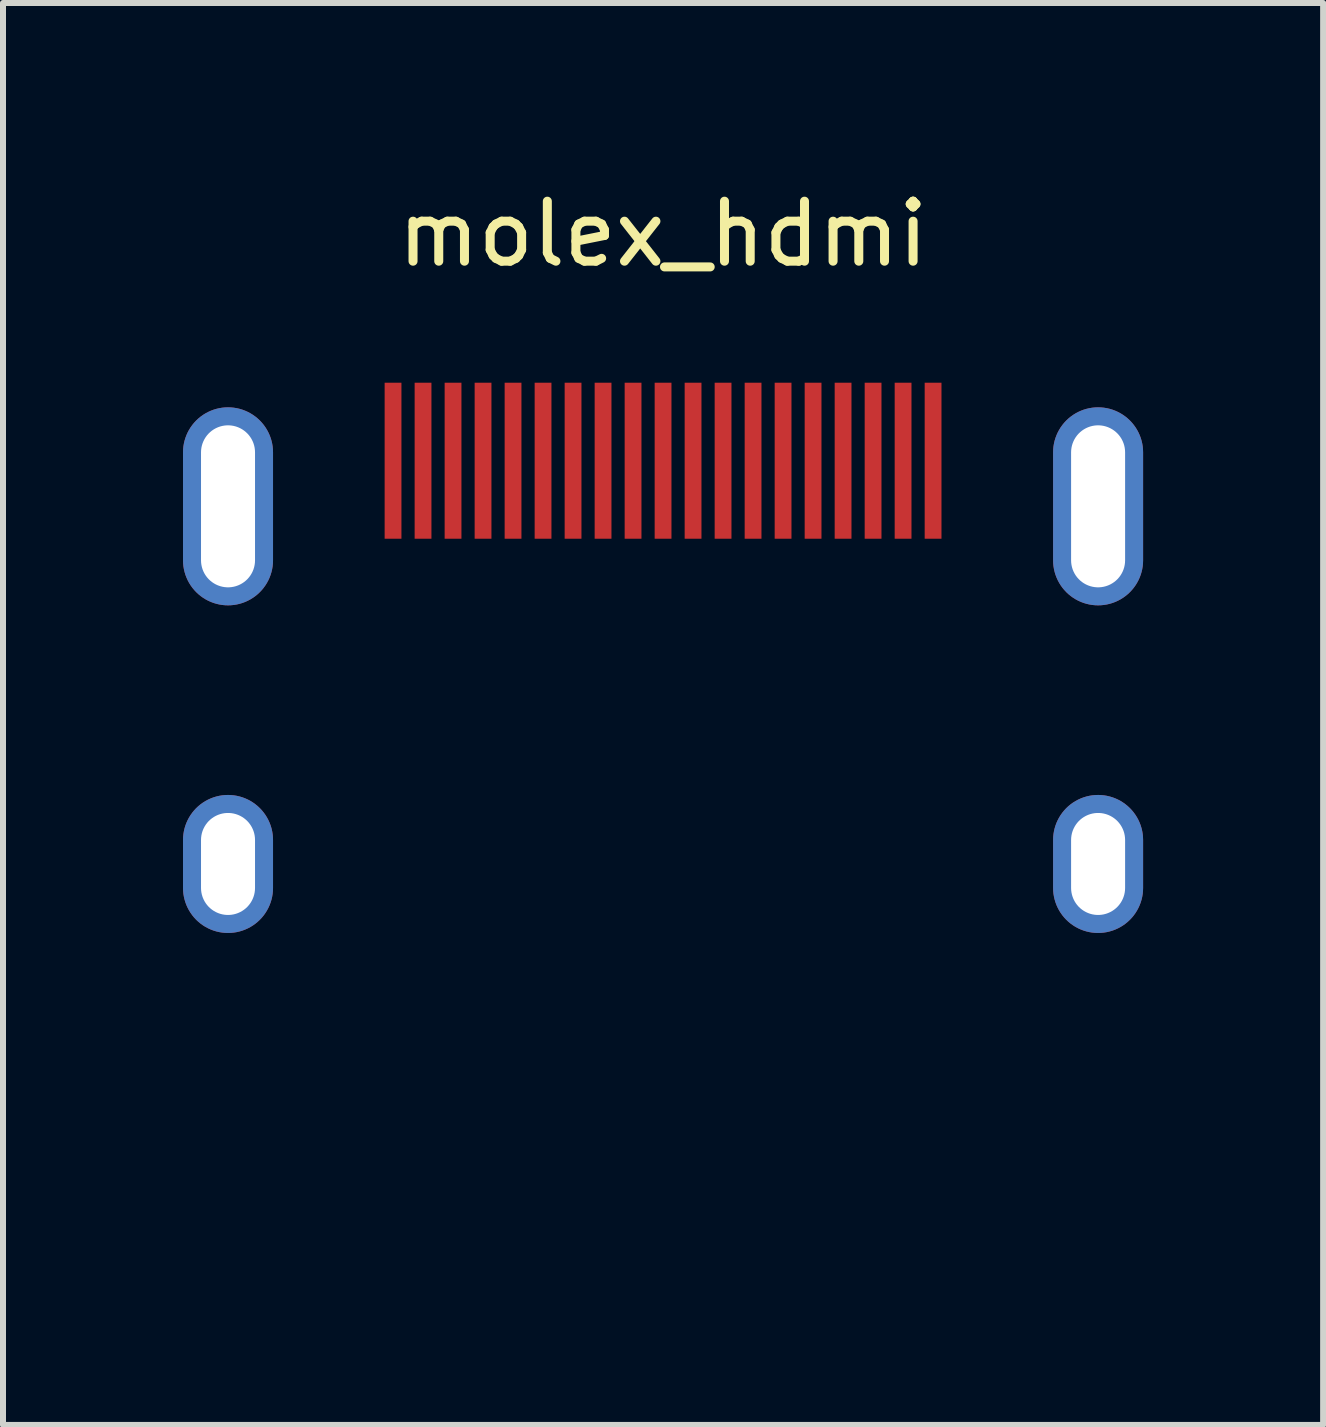
<source format=kicad_pcb>
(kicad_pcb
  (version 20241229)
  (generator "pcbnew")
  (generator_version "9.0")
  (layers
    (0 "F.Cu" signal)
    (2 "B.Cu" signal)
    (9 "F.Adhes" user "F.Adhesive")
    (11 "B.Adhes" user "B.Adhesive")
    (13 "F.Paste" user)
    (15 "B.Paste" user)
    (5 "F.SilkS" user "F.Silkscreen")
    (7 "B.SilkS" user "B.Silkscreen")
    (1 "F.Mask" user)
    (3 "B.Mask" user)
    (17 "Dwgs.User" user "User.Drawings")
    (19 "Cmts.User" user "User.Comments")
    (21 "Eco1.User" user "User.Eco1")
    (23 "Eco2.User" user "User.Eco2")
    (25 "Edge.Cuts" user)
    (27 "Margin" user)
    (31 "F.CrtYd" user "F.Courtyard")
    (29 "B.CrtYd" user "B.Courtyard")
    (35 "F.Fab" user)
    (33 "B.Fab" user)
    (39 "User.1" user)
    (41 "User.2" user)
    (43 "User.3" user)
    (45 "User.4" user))
  (footprint "molex_hdmi"
    (layer "F.Cu")
    (at 8 11.348)
    (property "Reference" "molex_hdmi" (at 0 -10.5 0) (unlocked yes) (layer "F.SilkS") (effects (font (size 1 1) (thickness 0.15))))
    (fp_line (start -4 4.59) (end 4 4.59) (stroke (width 0.12) (type solid)) (layer "User.1"))
    (fp_text user "PCB edge" (at 0 5.5 0) (unlocked yes) (layer "User.1") (effects (font (size 1 1) (thickness 0.15))))
    (pad "" np_thru_hole oval (at -7.25 -5.96) (size 1.5 3.3) (drill oval 0.9 2.7) (layers "*.Cu" "*.Mask"))
    (pad "" np_thru_hole oval (at -7.25 0) (size 1.5 2.3) (drill oval 0.9 1.7) (layers "*.Cu" "*.Mask"))
    (pad "" np_thru_hole oval (at 7.25 -5.96) (size 1.5 3.3) (drill oval 0.9 2.7) (layers "*.Cu" "*.Mask"))
    (pad "" np_thru_hole oval (at 7.25 0) (size 1.5 2.3) (drill oval 0.9 1.7) (layers "*.Cu" "*.Mask"))
    (pad "1" smd rect (at 4.5 -6.72) (size 0.28 2.6) (layers "F.Cu" "F.Mask" "F.Paste"))
    (pad "2" smd rect (at 4 -6.72) (size 0.28 2.6) (layers "F.Cu" "F.Mask" "F.Paste"))
    (pad "3" smd rect (at 3.5 -6.72) (size 0.28 2.6) (layers "F.Cu" "F.Mask" "F.Paste"))
    (pad "4" smd rect (at 3 -6.72) (size 0.28 2.6) (layers "F.Cu" "F.Mask" "F.Paste"))
    (pad "5" smd rect (at 2.5 -6.72) (size 0.28 2.6) (layers "F.Cu" "F.Mask" "F.Paste"))
    (pad "6" smd rect (at 2 -6.72) (size 0.28 2.6) (layers "F.Cu" "F.Mask" "F.Paste"))
    (pad "7" smd rect (at 1.5 -6.72) (size 0.28 2.6) (layers "F.Cu" "F.Mask" "F.Paste"))
    (pad "8" smd rect (at 1 -6.72) (size 0.28 2.6) (layers "F.Cu" "F.Mask" "F.Paste"))
    (pad "9" smd rect (at 0.5 -6.72) (size 0.28 2.6) (layers "F.Cu" "F.Mask" "F.Paste"))
    (pad "10" smd rect (at 0 -6.72) (size 0.28 2.6) (layers "F.Cu" "F.Mask" "F.Paste"))
    (pad "11" smd rect (at -0.5 -6.72) (size 0.28 2.6) (layers "F.Cu" "F.Mask" "F.Paste"))
    (pad "12" smd rect (at -1 -6.72) (size 0.28 2.6) (layers "F.Cu" "F.Mask" "F.Paste"))
    (pad "13" smd rect (at -1.5 -6.72) (size 0.28 2.6) (layers "F.Cu" "F.Mask" "F.Paste"))
    (pad "14" smd rect (at -2 -6.72) (size 0.28 2.6) (layers "F.Cu" "F.Mask" "F.Paste"))
    (pad "15" smd rect (at -2.5 -6.72) (size 0.28 2.6) (layers "F.Cu" "F.Mask" "F.Paste"))
    (pad "16" smd rect (at -3 -6.72) (size 0.28 2.6) (layers "F.Cu" "F.Mask" "F.Paste"))
    (pad "17" smd rect (at -3.5 -6.72) (size 0.28 2.6) (layers "F.Cu" "F.Mask" "F.Paste"))
    (pad "18" smd rect (at -4 -6.72) (size 0.28 2.6) (layers "F.Cu" "F.Mask" "F.Paste"))
    (pad "19" smd rect (at -4.5 -6.72) (size 0.28 2.6) (layers "F.Cu" "F.Mask" "F.Paste")))
  (gr_rect
    (start -3 -3)
    (end 19 20.697)
    (stroke (width 0.1) (type default))
    (fill no)
    (layer "Edge.Cuts")))
</source>
